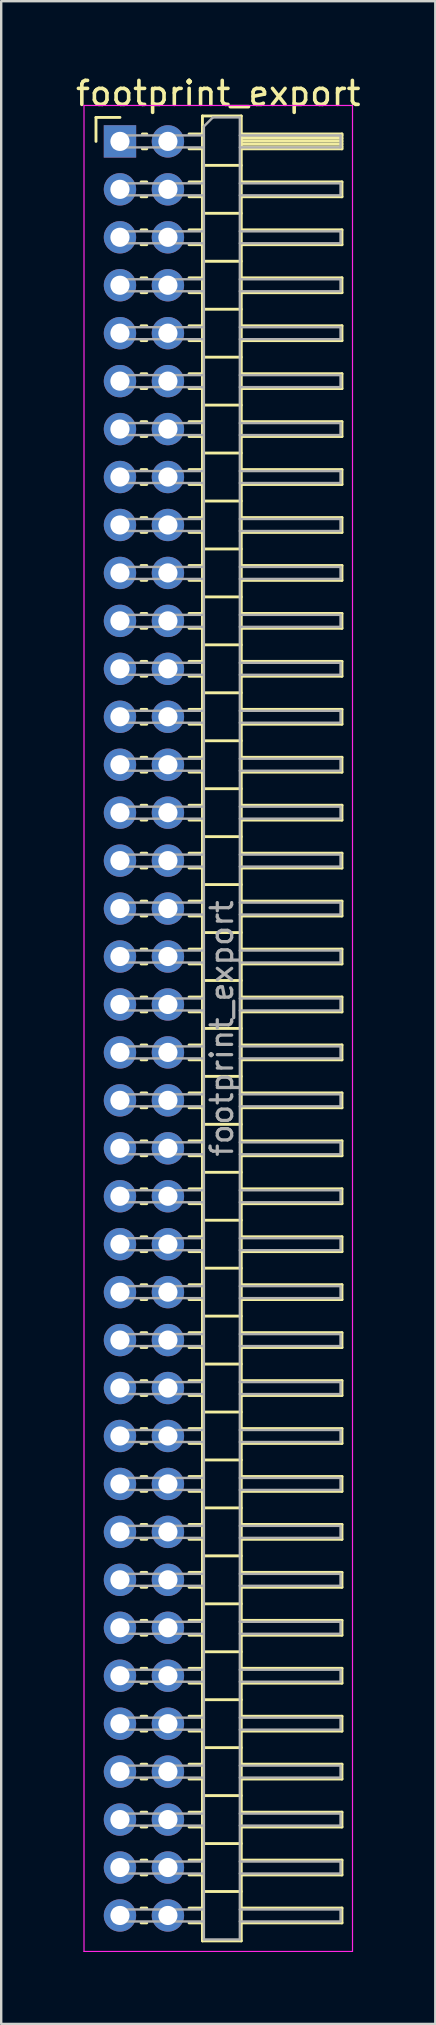
<source format=kicad_pcb>
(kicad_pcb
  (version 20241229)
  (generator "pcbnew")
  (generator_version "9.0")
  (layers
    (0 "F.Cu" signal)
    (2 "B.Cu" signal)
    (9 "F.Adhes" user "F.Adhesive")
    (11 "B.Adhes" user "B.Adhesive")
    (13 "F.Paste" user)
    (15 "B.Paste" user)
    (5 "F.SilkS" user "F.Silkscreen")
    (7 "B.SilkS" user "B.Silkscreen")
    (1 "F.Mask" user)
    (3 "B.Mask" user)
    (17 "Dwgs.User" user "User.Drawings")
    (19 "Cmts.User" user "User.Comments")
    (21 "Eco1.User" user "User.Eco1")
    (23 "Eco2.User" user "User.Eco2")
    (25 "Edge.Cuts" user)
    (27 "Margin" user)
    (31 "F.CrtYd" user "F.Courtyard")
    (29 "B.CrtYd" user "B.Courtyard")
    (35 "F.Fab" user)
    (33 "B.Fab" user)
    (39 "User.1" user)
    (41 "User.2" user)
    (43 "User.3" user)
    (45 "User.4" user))
  (footprint "footprint_export"
    (layer "F.Cu")
    (at 1.954 2.848)
    (property "Reference" "footprint_export" (at 4.1 -2 0) (layer "F.SilkS") (effects (font (size 1 1) (thickness 0.15))))
    (attr through_hole)
    (fp_line (start -1 -1) (end 0 -1) (stroke (width 0.12) (type solid)) (layer "F.SilkS"))
    (fp_line (start -1 0) (end -1 -1) (stroke (width 0.12) (type solid)) (layer "F.SilkS"))
    (fp_line (start 0.882 1.69) (end 1.118 1.69) (stroke (width 0.12) (type solid)) (layer "F.SilkS"))
    (fp_line (start 0.882 2.31) (end 1.118 2.31) (stroke (width 0.12) (type solid)) (layer "F.SilkS"))
    (fp_line (start 0.882 3.69) (end 1.118 3.69) (stroke (width 0.12) (type solid)) (layer "F.SilkS"))
    (fp_line (start 0.882 4.31) (end 1.118 4.31) (stroke (width 0.12) (type solid)) (layer "F.SilkS"))
    (fp_line (start 0.882 5.69) (end 1.118 5.69) (stroke (width 0.12) (type solid)) (layer "F.SilkS"))
    (fp_line (start 0.882 6.31) (end 1.118 6.31) (stroke (width 0.12) (type solid)) (layer "F.SilkS"))
    (fp_line (start 0.882 7.69) (end 1.118 7.69) (stroke (width 0.12) (type solid)) (layer "F.SilkS"))
    (fp_line (start 0.882 8.31) (end 1.118 8.31) (stroke (width 0.12) (type solid)) (layer "F.SilkS"))
    (fp_line (start 0.882 9.69) (end 1.118 9.69) (stroke (width 0.12) (type solid)) (layer "F.SilkS"))
    (fp_line (start 0.882 10.31) (end 1.118 10.31) (stroke (width 0.12) (type solid)) (layer "F.SilkS"))
    (fp_line (start 0.882 11.69) (end 1.118 11.69) (stroke (width 0.12) (type solid)) (layer "F.SilkS"))
    (fp_line (start 0.882 12.31) (end 1.118 12.31) (stroke (width 0.12) (type solid)) (layer "F.SilkS"))
    (fp_line (start 0.882 13.69) (end 1.118 13.69) (stroke (width 0.12) (type solid)) (layer "F.SilkS"))
    (fp_line (start 0.882 14.31) (end 1.118 14.31) (stroke (width 0.12) (type solid)) (layer "F.SilkS"))
    (fp_line (start 0.882 15.69) (end 1.118 15.69) (stroke (width 0.12) (type solid)) (layer "F.SilkS"))
    (fp_line (start 0.882 16.31) (end 1.118 16.31) (stroke (width 0.12) (type solid)) (layer "F.SilkS"))
    (fp_line (start 0.882 17.69) (end 1.118 17.69) (stroke (width 0.12) (type solid)) (layer "F.SilkS"))
    (fp_line (start 0.882 18.31) (end 1.118 18.31) (stroke (width 0.12) (type solid)) (layer "F.SilkS"))
    (fp_line (start 0.882 19.69) (end 1.118 19.69) (stroke (width 0.12) (type solid)) (layer "F.SilkS"))
    (fp_line (start 0.882 20.31) (end 1.118 20.31) (stroke (width 0.12) (type solid)) (layer "F.SilkS"))
    (fp_line (start 0.882 21.69) (end 1.118 21.69) (stroke (width 0.12) (type solid)) (layer "F.SilkS"))
    (fp_line (start 0.882 22.31) (end 1.118 22.31) (stroke (width 0.12) (type solid)) (layer "F.SilkS"))
    (fp_line (start 0.882 23.69) (end 1.118 23.69) (stroke (width 0.12) (type solid)) (layer "F.SilkS"))
    (fp_line (start 0.882 24.31) (end 1.118 24.31) (stroke (width 0.12) (type solid)) (layer "F.SilkS"))
    (fp_line (start 0.882 25.69) (end 1.118 25.69) (stroke (width 0.12) (type solid)) (layer "F.SilkS"))
    (fp_line (start 0.882 26.31) (end 1.118 26.31) (stroke (width 0.12) (type solid)) (layer "F.SilkS"))
    (fp_line (start 0.882 27.69) (end 1.118 27.69) (stroke (width 0.12) (type solid)) (layer "F.SilkS"))
    (fp_line (start 0.882 28.31) (end 1.118 28.31) (stroke (width 0.12) (type solid)) (layer "F.SilkS"))
    (fp_line (start 0.882 29.69) (end 1.118 29.69) (stroke (width 0.12) (type solid)) (layer "F.SilkS"))
    (fp_line (start 0.882 30.31) (end 1.118 30.31) (stroke (width 0.12) (type solid)) (layer "F.SilkS"))
    (fp_line (start 0.882 31.69) (end 1.118 31.69) (stroke (width 0.12) (type solid)) (layer "F.SilkS"))
    (fp_line (start 0.882 32.31) (end 1.118 32.31) (stroke (width 0.12) (type solid)) (layer "F.SilkS"))
    (fp_line (start 0.882 33.69) (end 1.118 33.69) (stroke (width 0.12) (type solid)) (layer "F.SilkS"))
    (fp_line (start 0.882 34.31) (end 1.118 34.31) (stroke (width 0.12) (type solid)) (layer "F.SilkS"))
    (fp_line (start 0.882 35.69) (end 1.118 35.69) (stroke (width 0.12) (type solid)) (layer "F.SilkS"))
    (fp_line (start 0.882 36.31) (end 1.118 36.31) (stroke (width 0.12) (type solid)) (layer "F.SilkS"))
    (fp_line (start 0.882 37.69) (end 1.118 37.69) (stroke (width 0.12) (type solid)) (layer "F.SilkS"))
    (fp_line (start 0.882 38.31) (end 1.118 38.31) (stroke (width 0.12) (type solid)) (layer "F.SilkS"))
    (fp_line (start 0.882 39.69) (end 1.118 39.69) (stroke (width 0.12) (type solid)) (layer "F.SilkS"))
    (fp_line (start 0.882 40.31) (end 1.118 40.31) (stroke (width 0.12) (type solid)) (layer "F.SilkS"))
    (fp_line (start 0.882 41.69) (end 1.118 41.69) (stroke (width 0.12) (type solid)) (layer "F.SilkS"))
    (fp_line (start 0.882 42.31) (end 1.118 42.31) (stroke (width 0.12) (type solid)) (layer "F.SilkS"))
    (fp_line (start 0.882 43.69) (end 1.118 43.69) (stroke (width 0.12) (type solid)) (layer "F.SilkS"))
    (fp_line (start 0.882 44.31) (end 1.118 44.31) (stroke (width 0.12) (type solid)) (layer "F.SilkS"))
    (fp_line (start 0.882 45.69) (end 1.118 45.69) (stroke (width 0.12) (type solid)) (layer "F.SilkS"))
    (fp_line (start 0.882 46.31) (end 1.118 46.31) (stroke (width 0.12) (type solid)) (layer "F.SilkS"))
    (fp_line (start 0.882 47.69) (end 1.118 47.69) (stroke (width 0.12) (type solid)) (layer "F.SilkS"))
    (fp_line (start 0.882 48.31) (end 1.118 48.31) (stroke (width 0.12) (type solid)) (layer "F.SilkS"))
    (fp_line (start 0.882 49.69) (end 1.118 49.69) (stroke (width 0.12) (type solid)) (layer "F.SilkS"))
    (fp_line (start 0.882 50.31) (end 1.118 50.31) (stroke (width 0.12) (type solid)) (layer "F.SilkS"))
    (fp_line (start 0.882 51.69) (end 1.118 51.69) (stroke (width 0.12) (type solid)) (layer "F.SilkS"))
    (fp_line (start 0.882 52.31) (end 1.118 52.31) (stroke (width 0.12) (type solid)) (layer "F.SilkS"))
    (fp_line (start 0.882 53.69) (end 1.118 53.69) (stroke (width 0.12) (type solid)) (layer "F.SilkS"))
    (fp_line (start 0.882 54.31) (end 1.118 54.31) (stroke (width 0.12) (type solid)) (layer "F.SilkS"))
    (fp_line (start 0.882 55.69) (end 1.118 55.69) (stroke (width 0.12) (type solid)) (layer "F.SilkS"))
    (fp_line (start 0.882 56.31) (end 1.118 56.31) (stroke (width 0.12) (type solid)) (layer "F.SilkS"))
    (fp_line (start 0.882 57.69) (end 1.118 57.69) (stroke (width 0.12) (type solid)) (layer "F.SilkS"))
    (fp_line (start 0.882 58.31) (end 1.118 58.31) (stroke (width 0.12) (type solid)) (layer "F.SilkS"))
    (fp_line (start 0.882 59.69) (end 1.118 59.69) (stroke (width 0.12) (type solid)) (layer "F.SilkS"))
    (fp_line (start 0.882 60.31) (end 1.118 60.31) (stroke (width 0.12) (type solid)) (layer "F.SilkS"))
    (fp_line (start 0.882 61.69) (end 1.118 61.69) (stroke (width 0.12) (type solid)) (layer "F.SilkS"))
    (fp_line (start 0.882 62.31) (end 1.118 62.31) (stroke (width 0.12) (type solid)) (layer "F.SilkS"))
    (fp_line (start 0.882 63.69) (end 1.118 63.69) (stroke (width 0.12) (type solid)) (layer "F.SilkS"))
    (fp_line (start 0.882 64.31) (end 1.118 64.31) (stroke (width 0.12) (type solid)) (layer "F.SilkS"))
    (fp_line (start 0.882 65.69) (end 1.118 65.69) (stroke (width 0.12) (type solid)) (layer "F.SilkS"))
    (fp_line (start 0.882 66.31) (end 1.118 66.31) (stroke (width 0.12) (type solid)) (layer "F.SilkS"))
    (fp_line (start 0.882 67.69) (end 1.118 67.69) (stroke (width 0.12) (type solid)) (layer "F.SilkS"))
    (fp_line (start 0.882 68.31) (end 1.118 68.31) (stroke (width 0.12) (type solid)) (layer "F.SilkS"))
    (fp_line (start 0.882 69.69) (end 1.118 69.69) (stroke (width 0.12) (type solid)) (layer "F.SilkS"))
    (fp_line (start 0.882 70.31) (end 1.118 70.31) (stroke (width 0.12) (type solid)) (layer "F.SilkS"))
    (fp_line (start 0.882 71.69) (end 1.118 71.69) (stroke (width 0.12) (type solid)) (layer "F.SilkS"))
    (fp_line (start 0.882 72.31) (end 1.118 72.31) (stroke (width 0.12) (type solid)) (layer "F.SilkS"))
    (fp_line (start 0.882 73.69) (end 1.118 73.69) (stroke (width 0.12) (type solid)) (layer "F.SilkS"))
    (fp_line (start 0.882 74.31) (end 1.118 74.31) (stroke (width 0.12) (type solid)) (layer "F.SilkS"))
    (fp_line (start 0.935 -0.31) (end 1.118 -0.31) (stroke (width 0.12) (type solid)) (layer "F.SilkS"))
    (fp_line (start 0.935 0.31) (end 1.118 0.31) (stroke (width 0.12) (type solid)) (layer "F.SilkS"))
    (fp_line (start 2.882 -0.31) (end 3.44 -0.31) (stroke (width 0.12) (type solid)) (layer "F.SilkS"))
    (fp_line (start 2.882 0.31) (end 3.44 0.31) (stroke (width 0.12) (type solid)) (layer "F.SilkS"))
    (fp_line (start 2.882 1.69) (end 3.44 1.69) (stroke (width 0.12) (type solid)) (layer "F.SilkS"))
    (fp_line (start 2.882 2.31) (end 3.44 2.31) (stroke (width 0.12) (type solid)) (layer "F.SilkS"))
    (fp_line (start 2.882 3.69) (end 3.44 3.69) (stroke (width 0.12) (type solid)) (layer "F.SilkS"))
    (fp_line (start 2.882 4.31) (end 3.44 4.31) (stroke (width 0.12) (type solid)) (layer "F.SilkS"))
    (fp_line (start 2.882 5.69) (end 3.44 5.69) (stroke (width 0.12) (type solid)) (layer "F.SilkS"))
    (fp_line (start 2.882 6.31) (end 3.44 6.31) (stroke (width 0.12) (type solid)) (layer "F.SilkS"))
    (fp_line (start 2.882 7.69) (end 3.44 7.69) (stroke (width 0.12) (type solid)) (layer "F.SilkS"))
    (fp_line (start 2.882 8.31) (end 3.44 8.31) (stroke (width 0.12) (type solid)) (layer "F.SilkS"))
    (fp_line (start 2.882 9.69) (end 3.44 9.69) (stroke (width 0.12) (type solid)) (layer "F.SilkS"))
    (fp_line (start 2.882 10.31) (end 3.44 10.31) (stroke (width 0.12) (type solid)) (layer "F.SilkS"))
    (fp_line (start 2.882 11.69) (end 3.44 11.69) (stroke (width 0.12) (type solid)) (layer "F.SilkS"))
    (fp_line (start 2.882 12.31) (end 3.44 12.31) (stroke (width 0.12) (type solid)) (layer "F.SilkS"))
    (fp_line (start 2.882 13.69) (end 3.44 13.69) (stroke (width 0.12) (type solid)) (layer "F.SilkS"))
    (fp_line (start 2.882 14.31) (end 3.44 14.31) (stroke (width 0.12) (type solid)) (layer "F.SilkS"))
    (fp_line (start 2.882 15.69) (end 3.44 15.69) (stroke (width 0.12) (type solid)) (layer "F.SilkS"))
    (fp_line (start 2.882 16.31) (end 3.44 16.31) (stroke (width 0.12) (type solid)) (layer "F.SilkS"))
    (fp_line (start 2.882 17.69) (end 3.44 17.69) (stroke (width 0.12) (type solid)) (layer "F.SilkS"))
    (fp_line (start 2.882 18.31) (end 3.44 18.31) (stroke (width 0.12) (type solid)) (layer "F.SilkS"))
    (fp_line (start 2.882 19.69) (end 3.44 19.69) (stroke (width 0.12) (type solid)) (layer "F.SilkS"))
    (fp_line (start 2.882 20.31) (end 3.44 20.31) (stroke (width 0.12) (type solid)) (layer "F.SilkS"))
    (fp_line (start 2.882 21.69) (end 3.44 21.69) (stroke (width 0.12) (type solid)) (layer "F.SilkS"))
    (fp_line (start 2.882 22.31) (end 3.44 22.31) (stroke (width 0.12) (type solid)) (layer "F.SilkS"))
    (fp_line (start 2.882 23.69) (end 3.44 23.69) (stroke (width 0.12) (type solid)) (layer "F.SilkS"))
    (fp_line (start 2.882 24.31) (end 3.44 24.31) (stroke (width 0.12) (type solid)) (layer "F.SilkS"))
    (fp_line (start 2.882 25.69) (end 3.44 25.69) (stroke (width 0.12) (type solid)) (layer "F.SilkS"))
    (fp_line (start 2.882 26.31) (end 3.44 26.31) (stroke (width 0.12) (type solid)) (layer "F.SilkS"))
    (fp_line (start 2.882 27.69) (end 3.44 27.69) (stroke (width 0.12) (type solid)) (layer "F.SilkS"))
    (fp_line (start 2.882 28.31) (end 3.44 28.31) (stroke (width 0.12) (type solid)) (layer "F.SilkS"))
    (fp_line (start 2.882 29.69) (end 3.44 29.69) (stroke (width 0.12) (type solid)) (layer "F.SilkS"))
    (fp_line (start 2.882 30.31) (end 3.44 30.31) (stroke (width 0.12) (type solid)) (layer "F.SilkS"))
    (fp_line (start 2.882 31.69) (end 3.44 31.69) (stroke (width 0.12) (type solid)) (layer "F.SilkS"))
    (fp_line (start 2.882 32.31) (end 3.44 32.31) (stroke (width 0.12) (type solid)) (layer "F.SilkS"))
    (fp_line (start 2.882 33.69) (end 3.44 33.69) (stroke (width 0.12) (type solid)) (layer "F.SilkS"))
    (fp_line (start 2.882 34.31) (end 3.44 34.31) (stroke (width 0.12) (type solid)) (layer "F.SilkS"))
    (fp_line (start 2.882 35.69) (end 3.44 35.69) (stroke (width 0.12) (type solid)) (layer "F.SilkS"))
    (fp_line (start 2.882 36.31) (end 3.44 36.31) (stroke (width 0.12) (type solid)) (layer "F.SilkS"))
    (fp_line (start 2.882 37.69) (end 3.44 37.69) (stroke (width 0.12) (type solid)) (layer "F.SilkS"))
    (fp_line (start 2.882 38.31) (end 3.44 38.31) (stroke (width 0.12) (type solid)) (layer "F.SilkS"))
    (fp_line (start 2.882 39.69) (end 3.44 39.69) (stroke (width 0.12) (type solid)) (layer "F.SilkS"))
    (fp_line (start 2.882 40.31) (end 3.44 40.31) (stroke (width 0.12) (type solid)) (layer "F.SilkS"))
    (fp_line (start 2.882 41.69) (end 3.44 41.69) (stroke (width 0.12) (type solid)) (layer "F.SilkS"))
    (fp_line (start 2.882 42.31) (end 3.44 42.31) (stroke (width 0.12) (type solid)) (layer "F.SilkS"))
    (fp_line (start 2.882 43.69) (end 3.44 43.69) (stroke (width 0.12) (type solid)) (layer "F.SilkS"))
    (fp_line (start 2.882 44.31) (end 3.44 44.31) (stroke (width 0.12) (type solid)) (layer "F.SilkS"))
    (fp_line (start 2.882 45.69) (end 3.44 45.69) (stroke (width 0.12) (type solid)) (layer "F.SilkS"))
    (fp_line (start 2.882 46.31) (end 3.44 46.31) (stroke (width 0.12) (type solid)) (layer "F.SilkS"))
    (fp_line (start 2.882 47.69) (end 3.44 47.69) (stroke (width 0.12) (type solid)) (layer "F.SilkS"))
    (fp_line (start 2.882 48.31) (end 3.44 48.31) (stroke (width 0.12) (type solid)) (layer "F.SilkS"))
    (fp_line (start 2.882 49.69) (end 3.44 49.69) (stroke (width 0.12) (type solid)) (layer "F.SilkS"))
    (fp_line (start 2.882 50.31) (end 3.44 50.31) (stroke (width 0.12) (type solid)) (layer "F.SilkS"))
    (fp_line (start 2.882 51.69) (end 3.44 51.69) (stroke (width 0.12) (type solid)) (layer "F.SilkS"))
    (fp_line (start 2.882 52.31) (end 3.44 52.31) (stroke (width 0.12) (type solid)) (layer "F.SilkS"))
    (fp_line (start 2.882 53.69) (end 3.44 53.69) (stroke (width 0.12) (type solid)) (layer "F.SilkS"))
    (fp_line (start 2.882 54.31) (end 3.44 54.31) (stroke (width 0.12) (type solid)) (layer "F.SilkS"))
    (fp_line (start 2.882 55.69) (end 3.44 55.69) (stroke (width 0.12) (type solid)) (layer "F.SilkS"))
    (fp_line (start 2.882 56.31) (end 3.44 56.31) (stroke (width 0.12) (type solid)) (layer "F.SilkS"))
    (fp_line (start 2.882 57.69) (end 3.44 57.69) (stroke (width 0.12) (type solid)) (layer "F.SilkS"))
    (fp_line (start 2.882 58.31) (end 3.44 58.31) (stroke (width 0.12) (type solid)) (layer "F.SilkS"))
    (fp_line (start 2.882 59.69) (end 3.44 59.69) (stroke (width 0.12) (type solid)) (layer "F.SilkS"))
    (fp_line (start 2.882 60.31) (end 3.44 60.31) (stroke (width 0.12) (type solid)) (layer "F.SilkS"))
    (fp_line (start 2.882 61.69) (end 3.44 61.69) (stroke (width 0.12) (type solid)) (layer "F.SilkS"))
    (fp_line (start 2.882 62.31) (end 3.44 62.31) (stroke (width 0.12) (type solid)) (layer "F.SilkS"))
    (fp_line (start 2.882 63.69) (end 3.44 63.69) (stroke (width 0.12) (type solid)) (layer "F.SilkS"))
    (fp_line (start 2.882 64.31) (end 3.44 64.31) (stroke (width 0.12) (type solid)) (layer "F.SilkS"))
    (fp_line (start 2.882 65.69) (end 3.44 65.69) (stroke (width 0.12) (type solid)) (layer "F.SilkS"))
    (fp_line (start 2.882 66.31) (end 3.44 66.31) (stroke (width 0.12) (type solid)) (layer "F.SilkS"))
    (fp_line (start 2.882 67.69) (end 3.44 67.69) (stroke (width 0.12) (type solid)) (layer "F.SilkS"))
    (fp_line (start 2.882 68.31) (end 3.44 68.31) (stroke (width 0.12) (type solid)) (layer "F.SilkS"))
    (fp_line (start 2.882 69.69) (end 3.44 69.69) (stroke (width 0.12) (type solid)) (layer "F.SilkS"))
    (fp_line (start 2.882 70.31) (end 3.44 70.31) (stroke (width 0.12) (type solid)) (layer "F.SilkS"))
    (fp_line (start 2.882 71.69) (end 3.44 71.69) (stroke (width 0.12) (type solid)) (layer "F.SilkS"))
    (fp_line (start 2.882 72.31) (end 3.44 72.31) (stroke (width 0.12) (type solid)) (layer "F.SilkS"))
    (fp_line (start 2.882 73.69) (end 3.44 73.69) (stroke (width 0.12) (type solid)) (layer "F.SilkS"))
    (fp_line (start 2.882 74.31) (end 3.44 74.31) (stroke (width 0.12) (type solid)) (layer "F.SilkS"))
    (fp_line (start 3.44 -1.06) (end 3.44 75.06) (stroke (width 0.12) (type solid)) (layer "F.SilkS"))
    (fp_line (start 3.44 1) (end 5.06 1) (stroke (width 0.12) (type solid)) (layer "F.SilkS"))
    (fp_line (start 3.44 3) (end 5.06 3) (stroke (width 0.12) (type solid)) (layer "F.SilkS"))
    (fp_line (start 3.44 5) (end 5.06 5) (stroke (width 0.12) (type solid)) (layer "F.SilkS"))
    (fp_line (start 3.44 7) (end 5.06 7) (stroke (width 0.12) (type solid)) (layer "F.SilkS"))
    (fp_line (start 3.44 9) (end 5.06 9) (stroke (width 0.12) (type solid)) (layer "F.SilkS"))
    (fp_line (start 3.44 11) (end 5.06 11) (stroke (width 0.12) (type solid)) (layer "F.SilkS"))
    (fp_line (start 3.44 13) (end 5.06 13) (stroke (width 0.12) (type solid)) (layer "F.SilkS"))
    (fp_line (start 3.44 15) (end 5.06 15) (stroke (width 0.12) (type solid)) (layer "F.SilkS"))
    (fp_line (start 3.44 17) (end 5.06 17) (stroke (width 0.12) (type solid)) (layer "F.SilkS"))
    (fp_line (start 3.44 19) (end 5.06 19) (stroke (width 0.12) (type solid)) (layer "F.SilkS"))
    (fp_line (start 3.44 21) (end 5.06 21) (stroke (width 0.12) (type solid)) (layer "F.SilkS"))
    (fp_line (start 3.44 23) (end 5.06 23) (stroke (width 0.12) (type solid)) (layer "F.SilkS"))
    (fp_line (start 3.44 25) (end 5.06 25) (stroke (width 0.12) (type solid)) (layer "F.SilkS"))
    (fp_line (start 3.44 27) (end 5.06 27) (stroke (width 0.12) (type solid)) (layer "F.SilkS"))
    (fp_line (start 3.44 29) (end 5.06 29) (stroke (width 0.12) (type solid)) (layer "F.SilkS"))
    (fp_line (start 3.44 31) (end 5.06 31) (stroke (width 0.12) (type solid)) (layer "F.SilkS"))
    (fp_line (start 3.44 33) (end 5.06 33) (stroke (width 0.12) (type solid)) (layer "F.SilkS"))
    (fp_line (start 3.44 35) (end 5.06 35) (stroke (width 0.12) (type solid)) (layer "F.SilkS"))
    (fp_line (start 3.44 37) (end 5.06 37) (stroke (width 0.12) (type solid)) (layer "F.SilkS"))
    (fp_line (start 3.44 39) (end 5.06 39) (stroke (width 0.12) (type solid)) (layer "F.SilkS"))
    (fp_line (start 3.44 41) (end 5.06 41) (stroke (width 0.12) (type solid)) (layer "F.SilkS"))
    (fp_line (start 3.44 43) (end 5.06 43) (stroke (width 0.12) (type solid)) (layer "F.SilkS"))
    (fp_line (start 3.44 45) (end 5.06 45) (stroke (width 0.12) (type solid)) (layer "F.SilkS"))
    (fp_line (start 3.44 47) (end 5.06 47) (stroke (width 0.12) (type solid)) (layer "F.SilkS"))
    (fp_line (start 3.44 49) (end 5.06 49) (stroke (width 0.12) (type solid)) (layer "F.SilkS"))
    (fp_line (start 3.44 51) (end 5.06 51) (stroke (width 0.12) (type solid)) (layer "F.SilkS"))
    (fp_line (start 3.44 53) (end 5.06 53) (stroke (width 0.12) (type solid)) (layer "F.SilkS"))
    (fp_line (start 3.44 55) (end 5.06 55) (stroke (width 0.12) (type solid)) (layer "F.SilkS"))
    (fp_line (start 3.44 57) (end 5.06 57) (stroke (width 0.12) (type solid)) (layer "F.SilkS"))
    (fp_line (start 3.44 59) (end 5.06 59) (stroke (width 0.12) (type solid)) (layer "F.SilkS"))
    (fp_line (start 3.44 61) (end 5.06 61) (stroke (width 0.12) (type solid)) (layer "F.SilkS"))
    (fp_line (start 3.44 63) (end 5.06 63) (stroke (width 0.12) (type solid)) (layer "F.SilkS"))
    (fp_line (start 3.44 65) (end 5.06 65) (stroke (width 0.12) (type solid)) (layer "F.SilkS"))
    (fp_line (start 3.44 67) (end 5.06 67) (stroke (width 0.12) (type solid)) (layer "F.SilkS"))
    (fp_line (start 3.44 69) (end 5.06 69) (stroke (width 0.12) (type solid)) (layer "F.SilkS"))
    (fp_line (start 3.44 71) (end 5.06 71) (stroke (width 0.12) (type solid)) (layer "F.SilkS"))
    (fp_line (start 3.44 73) (end 5.06 73) (stroke (width 0.12) (type solid)) (layer "F.SilkS"))
    (fp_line (start 3.44 75.06) (end 5.06 75.06) (stroke (width 0.12) (type solid)) (layer "F.SilkS"))
    (fp_line (start 5.06 -1.06) (end 3.44 -1.06) (stroke (width 0.12) (type solid)) (layer "F.SilkS"))
    (fp_line (start 5.06 -0.31) (end 9.26 -0.31) (stroke (width 0.12) (type solid)) (layer "F.SilkS"))
    (fp_line (start 5.06 -0.25) (end 9.26 -0.25) (stroke (width 0.12) (type solid)) (layer "F.SilkS"))
    (fp_line (start 5.06 -0.13) (end 9.26 -0.13) (stroke (width 0.12) (type solid)) (layer "F.SilkS"))
    (fp_line (start 5.06 -0.01) (end 9.26 -0.01) (stroke (width 0.12) (type solid)) (layer "F.SilkS"))
    (fp_line (start 5.06 0.11) (end 9.26 0.11) (stroke (width 0.12) (type solid)) (layer "F.SilkS"))
    (fp_line (start 5.06 0.23) (end 9.26 0.23) (stroke (width 0.12) (type solid)) (layer "F.SilkS"))
    (fp_line (start 5.06 1.69) (end 9.26 1.69) (stroke (width 0.12) (type solid)) (layer "F.SilkS"))
    (fp_line (start 5.06 3.69) (end 9.26 3.69) (stroke (width 0.12) (type solid)) (layer "F.SilkS"))
    (fp_line (start 5.06 5.69) (end 9.26 5.69) (stroke (width 0.12) (type solid)) (layer "F.SilkS"))
    (fp_line (start 5.06 7.69) (end 9.26 7.69) (stroke (width 0.12) (type solid)) (layer "F.SilkS"))
    (fp_line (start 5.06 9.69) (end 9.26 9.69) (stroke (width 0.12) (type solid)) (layer "F.SilkS"))
    (fp_line (start 5.06 11.69) (end 9.26 11.69) (stroke (width 0.12) (type solid)) (layer "F.SilkS"))
    (fp_line (start 5.06 13.69) (end 9.26 13.69) (stroke (width 0.12) (type solid)) (layer "F.SilkS"))
    (fp_line (start 5.06 15.69) (end 9.26 15.69) (stroke (width 0.12) (type solid)) (layer "F.SilkS"))
    (fp_line (start 5.06 17.69) (end 9.26 17.69) (stroke (width 0.12) (type solid)) (layer "F.SilkS"))
    (fp_line (start 5.06 19.69) (end 9.26 19.69) (stroke (width 0.12) (type solid)) (layer "F.SilkS"))
    (fp_line (start 5.06 21.69) (end 9.26 21.69) (stroke (width 0.12) (type solid)) (layer "F.SilkS"))
    (fp_line (start 5.06 23.69) (end 9.26 23.69) (stroke (width 0.12) (type solid)) (layer "F.SilkS"))
    (fp_line (start 5.06 25.69) (end 9.26 25.69) (stroke (width 0.12) (type solid)) (layer "F.SilkS"))
    (fp_line (start 5.06 27.69) (end 9.26 27.69) (stroke (width 0.12) (type solid)) (layer "F.SilkS"))
    (fp_line (start 5.06 29.69) (end 9.26 29.69) (stroke (width 0.12) (type solid)) (layer "F.SilkS"))
    (fp_line (start 5.06 31.69) (end 9.26 31.69) (stroke (width 0.12) (type solid)) (layer "F.SilkS"))
    (fp_line (start 5.06 33.69) (end 9.26 33.69) (stroke (width 0.12) (type solid)) (layer "F.SilkS"))
    (fp_line (start 5.06 35.69) (end 9.26 35.69) (stroke (width 0.12) (type solid)) (layer "F.SilkS"))
    (fp_line (start 5.06 37.69) (end 9.26 37.69) (stroke (width 0.12) (type solid)) (layer "F.SilkS"))
    (fp_line (start 5.06 39.69) (end 9.26 39.69) (stroke (width 0.12) (type solid)) (layer "F.SilkS"))
    (fp_line (start 5.06 41.69) (end 9.26 41.69) (stroke (width 0.12) (type solid)) (layer "F.SilkS"))
    (fp_line (start 5.06 43.69) (end 9.26 43.69) (stroke (width 0.12) (type solid)) (layer "F.SilkS"))
    (fp_line (start 5.06 45.69) (end 9.26 45.69) (stroke (width 0.12) (type solid)) (layer "F.SilkS"))
    (fp_line (start 5.06 47.69) (end 9.26 47.69) (stroke (width 0.12) (type solid)) (layer "F.SilkS"))
    (fp_line (start 5.06 49.69) (end 9.26 49.69) (stroke (width 0.12) (type solid)) (layer "F.SilkS"))
    (fp_line (start 5.06 51.69) (end 9.26 51.69) (stroke (width 0.12) (type solid)) (layer "F.SilkS"))
    (fp_line (start 5.06 53.69) (end 9.26 53.69) (stroke (width 0.12) (type solid)) (layer "F.SilkS"))
    (fp_line (start 5.06 55.69) (end 9.26 55.69) (stroke (width 0.12) (type solid)) (layer "F.SilkS"))
    (fp_line (start 5.06 57.69) (end 9.26 57.69) (stroke (width 0.12) (type solid)) (layer "F.SilkS"))
    (fp_line (start 5.06 59.69) (end 9.26 59.69) (stroke (width 0.12) (type solid)) (layer "F.SilkS"))
    (fp_line (start 5.06 61.69) (end 9.26 61.69) (stroke (width 0.12) (type solid)) (layer "F.SilkS"))
    (fp_line (start 5.06 63.69) (end 9.26 63.69) (stroke (width 0.12) (type solid)) (layer "F.SilkS"))
    (fp_line (start 5.06 65.69) (end 9.26 65.69) (stroke (width 0.12) (type solid)) (layer "F.SilkS"))
    (fp_line (start 5.06 67.69) (end 9.26 67.69) (stroke (width 0.12) (type solid)) (layer "F.SilkS"))
    (fp_line (start 5.06 69.69) (end 9.26 69.69) (stroke (width 0.12) (type solid)) (layer "F.SilkS"))
    (fp_line (start 5.06 71.69) (end 9.26 71.69) (stroke (width 0.12) (type solid)) (layer "F.SilkS"))
    (fp_line (start 5.06 73.69) (end 9.26 73.69) (stroke (width 0.12) (type solid)) (layer "F.SilkS"))
    (fp_line (start 5.06 75.06) (end 5.06 -1.06) (stroke (width 0.12) (type solid)) (layer "F.SilkS"))
    (fp_line (start 9.26 -0.31) (end 9.26 0.31) (stroke (width 0.12) (type solid)) (layer "F.SilkS"))
    (fp_line (start 9.26 0.31) (end 5.06 0.31) (stroke (width 0.12) (type solid)) (layer "F.SilkS"))
    (fp_line (start 9.26 1.69) (end 9.26 2.31) (stroke (width 0.12) (type solid)) (layer "F.SilkS"))
    (fp_line (start 9.26 2.31) (end 5.06 2.31) (stroke (width 0.12) (type solid)) (layer "F.SilkS"))
    (fp_line (start 9.26 3.69) (end 9.26 4.31) (stroke (width 0.12) (type solid)) (layer "F.SilkS"))
    (fp_line (start 9.26 4.31) (end 5.06 4.31) (stroke (width 0.12) (type solid)) (layer "F.SilkS"))
    (fp_line (start 9.26 5.69) (end 9.26 6.31) (stroke (width 0.12) (type solid)) (layer "F.SilkS"))
    (fp_line (start 9.26 6.31) (end 5.06 6.31) (stroke (width 0.12) (type solid)) (layer "F.SilkS"))
    (fp_line (start 9.26 7.69) (end 9.26 8.31) (stroke (width 0.12) (type solid)) (layer "F.SilkS"))
    (fp_line (start 9.26 8.31) (end 5.06 8.31) (stroke (width 0.12) (type solid)) (layer "F.SilkS"))
    (fp_line (start 9.26 9.69) (end 9.26 10.31) (stroke (width 0.12) (type solid)) (layer "F.SilkS"))
    (fp_line (start 9.26 10.31) (end 5.06 10.31) (stroke (width 0.12) (type solid)) (layer "F.SilkS"))
    (fp_line (start 9.26 11.69) (end 9.26 12.31) (stroke (width 0.12) (type solid)) (layer "F.SilkS"))
    (fp_line (start 9.26 12.31) (end 5.06 12.31) (stroke (width 0.12) (type solid)) (layer "F.SilkS"))
    (fp_line (start 9.26 13.69) (end 9.26 14.31) (stroke (width 0.12) (type solid)) (layer "F.SilkS"))
    (fp_line (start 9.26 14.31) (end 5.06 14.31) (stroke (width 0.12) (type solid)) (layer "F.SilkS"))
    (fp_line (start 9.26 15.69) (end 9.26 16.31) (stroke (width 0.12) (type solid)) (layer "F.SilkS"))
    (fp_line (start 9.26 16.31) (end 5.06 16.31) (stroke (width 0.12) (type solid)) (layer "F.SilkS"))
    (fp_line (start 9.26 17.69) (end 9.26 18.31) (stroke (width 0.12) (type solid)) (layer "F.SilkS"))
    (fp_line (start 9.26 18.31) (end 5.06 18.31) (stroke (width 0.12) (type solid)) (layer "F.SilkS"))
    (fp_line (start 9.26 19.69) (end 9.26 20.31) (stroke (width 0.12) (type solid)) (layer "F.SilkS"))
    (fp_line (start 9.26 20.31) (end 5.06 20.31) (stroke (width 0.12) (type solid)) (layer "F.SilkS"))
    (fp_line (start 9.26 21.69) (end 9.26 22.31) (stroke (width 0.12) (type solid)) (layer "F.SilkS"))
    (fp_line (start 9.26 22.31) (end 5.06 22.31) (stroke (width 0.12) (type solid)) (layer "F.SilkS"))
    (fp_line (start 9.26 23.69) (end 9.26 24.31) (stroke (width 0.12) (type solid)) (layer "F.SilkS"))
    (fp_line (start 9.26 24.31) (end 5.06 24.31) (stroke (width 0.12) (type solid)) (layer "F.SilkS"))
    (fp_line (start 9.26 25.69) (end 9.26 26.31) (stroke (width 0.12) (type solid)) (layer "F.SilkS"))
    (fp_line (start 9.26 26.31) (end 5.06 26.31) (stroke (width 0.12) (type solid)) (layer "F.SilkS"))
    (fp_line (start 9.26 27.69) (end 9.26 28.31) (stroke (width 0.12) (type solid)) (layer "F.SilkS"))
    (fp_line (start 9.26 28.31) (end 5.06 28.31) (stroke (width 0.12) (type solid)) (layer "F.SilkS"))
    (fp_line (start 9.26 29.69) (end 9.26 30.31) (stroke (width 0.12) (type solid)) (layer "F.SilkS"))
    (fp_line (start 9.26 30.31) (end 5.06 30.31) (stroke (width 0.12) (type solid)) (layer "F.SilkS"))
    (fp_line (start 9.26 31.69) (end 9.26 32.31) (stroke (width 0.12) (type solid)) (layer "F.SilkS"))
    (fp_line (start 9.26 32.31) (end 5.06 32.31) (stroke (width 0.12) (type solid)) (layer "F.SilkS"))
    (fp_line (start 9.26 33.69) (end 9.26 34.31) (stroke (width 0.12) (type solid)) (layer "F.SilkS"))
    (fp_line (start 9.26 34.31) (end 5.06 34.31) (stroke (width 0.12) (type solid)) (layer "F.SilkS"))
    (fp_line (start 9.26 35.69) (end 9.26 36.31) (stroke (width 0.12) (type solid)) (layer "F.SilkS"))
    (fp_line (start 9.26 36.31) (end 5.06 36.31) (stroke (width 0.12) (type solid)) (layer "F.SilkS"))
    (fp_line (start 9.26 37.69) (end 9.26 38.31) (stroke (width 0.12) (type solid)) (layer "F.SilkS"))
    (fp_line (start 9.26 38.31) (end 5.06 38.31) (stroke (width 0.12) (type solid)) (layer "F.SilkS"))
    (fp_line (start 9.26 39.69) (end 9.26 40.31) (stroke (width 0.12) (type solid)) (layer "F.SilkS"))
    (fp_line (start 9.26 40.31) (end 5.06 40.31) (stroke (width 0.12) (type solid)) (layer "F.SilkS"))
    (fp_line (start 9.26 41.69) (end 9.26 42.31) (stroke (width 0.12) (type solid)) (layer "F.SilkS"))
    (fp_line (start 9.26 42.31) (end 5.06 42.31) (stroke (width 0.12) (type solid)) (layer "F.SilkS"))
    (fp_line (start 9.26 43.69) (end 9.26 44.31) (stroke (width 0.12) (type solid)) (layer "F.SilkS"))
    (fp_line (start 9.26 44.31) (end 5.06 44.31) (stroke (width 0.12) (type solid)) (layer "F.SilkS"))
    (fp_line (start 9.26 45.69) (end 9.26 46.31) (stroke (width 0.12) (type solid)) (layer "F.SilkS"))
    (fp_line (start 9.26 46.31) (end 5.06 46.31) (stroke (width 0.12) (type solid)) (layer "F.SilkS"))
    (fp_line (start 9.26 47.69) (end 9.26 48.31) (stroke (width 0.12) (type solid)) (layer "F.SilkS"))
    (fp_line (start 9.26 48.31) (end 5.06 48.31) (stroke (width 0.12) (type solid)) (layer "F.SilkS"))
    (fp_line (start 9.26 49.69) (end 9.26 50.31) (stroke (width 0.12) (type solid)) (layer "F.SilkS"))
    (fp_line (start 9.26 50.31) (end 5.06 50.31) (stroke (width 0.12) (type solid)) (layer "F.SilkS"))
    (fp_line (start 9.26 51.69) (end 9.26 52.31) (stroke (width 0.12) (type solid)) (layer "F.SilkS"))
    (fp_line (start 9.26 52.31) (end 5.06 52.31) (stroke (width 0.12) (type solid)) (layer "F.SilkS"))
    (fp_line (start 9.26 53.69) (end 9.26 54.31) (stroke (width 0.12) (type solid)) (layer "F.SilkS"))
    (fp_line (start 9.26 54.31) (end 5.06 54.31) (stroke (width 0.12) (type solid)) (layer "F.SilkS"))
    (fp_line (start 9.26 55.69) (end 9.26 56.31) (stroke (width 0.12) (type solid)) (layer "F.SilkS"))
    (fp_line (start 9.26 56.31) (end 5.06 56.31) (stroke (width 0.12) (type solid)) (layer "F.SilkS"))
    (fp_line (start 9.26 57.69) (end 9.26 58.31) (stroke (width 0.12) (type solid)) (layer "F.SilkS"))
    (fp_line (start 9.26 58.31) (end 5.06 58.31) (stroke (width 0.12) (type solid)) (layer "F.SilkS"))
    (fp_line (start 9.26 59.69) (end 9.26 60.31) (stroke (width 0.12) (type solid)) (layer "F.SilkS"))
    (fp_line (start 9.26 60.31) (end 5.06 60.31) (stroke (width 0.12) (type solid)) (layer "F.SilkS"))
    (fp_line (start 9.26 61.69) (end 9.26 62.31) (stroke (width 0.12) (type solid)) (layer "F.SilkS"))
    (fp_line (start 9.26 62.31) (end 5.06 62.31) (stroke (width 0.12) (type solid)) (layer "F.SilkS"))
    (fp_line (start 9.26 63.69) (end 9.26 64.31) (stroke (width 0.12) (type solid)) (layer "F.SilkS"))
    (fp_line (start 9.26 64.31) (end 5.06 64.31) (stroke (width 0.12) (type solid)) (layer "F.SilkS"))
    (fp_line (start 9.26 65.69) (end 9.26 66.31) (stroke (width 0.12) (type solid)) (layer "F.SilkS"))
    (fp_line (start 9.26 66.31) (end 5.06 66.31) (stroke (width 0.12) (type solid)) (layer "F.SilkS"))
    (fp_line (start 9.26 67.69) (end 9.26 68.31) (stroke (width 0.12) (type solid)) (layer "F.SilkS"))
    (fp_line (start 9.26 68.31) (end 5.06 68.31) (stroke (width 0.12) (type solid)) (layer "F.SilkS"))
    (fp_line (start 9.26 69.69) (end 9.26 70.31) (stroke (width 0.12) (type solid)) (layer "F.SilkS"))
    (fp_line (start 9.26 70.31) (end 5.06 70.31) (stroke (width 0.12) (type solid)) (layer "F.SilkS"))
    (fp_line (start 9.26 71.69) (end 9.26 72.31) (stroke (width 0.12) (type solid)) (layer "F.SilkS"))
    (fp_line (start 9.26 72.31) (end 5.06 72.31) (stroke (width 0.12) (type solid)) (layer "F.SilkS"))
    (fp_line (start 9.26 73.69) (end 9.26 74.31) (stroke (width 0.12) (type solid)) (layer "F.SilkS"))
    (fp_line (start 9.26 74.31) (end 5.06 74.31) (stroke (width 0.12) (type solid)) (layer "F.SilkS"))
    (fp_line (start -1.5 -1.5) (end -1.5 75.5) (stroke (width 0.05) (type solid)) (layer "F.CrtYd"))
    (fp_line (start -1.5 75.5) (end 9.7 75.5) (stroke (width 0.05) (type solid)) (layer "F.CrtYd"))
    (fp_line (start 9.7 -1.5) (end -1.5 -1.5) (stroke (width 0.05) (type solid)) (layer "F.CrtYd"))
    (fp_line (start 9.7 75.5) (end 9.7 -1.5) (stroke (width 0.05) (type solid)) (layer "F.CrtYd"))
    (fp_line (start -0.25 -0.25) (end -0.25 0.25) (stroke (width 0.1) (type solid)) (layer "F.Fab"))
    (fp_line (start -0.25 -0.25) (end 3.5 -0.25) (stroke (width 0.1) (type solid)) (layer "F.Fab"))
    (fp_line (start -0.25 0.25) (end 3.5 0.25) (stroke (width 0.1) (type solid)) (layer "F.Fab"))
    (fp_line (start -0.25 1.75) (end -0.25 2.25) (stroke (width 0.1) (type solid)) (layer "F.Fab"))
    (fp_line (start -0.25 1.75) (end 3.5 1.75) (stroke (width 0.1) (type solid)) (layer "F.Fab"))
    (fp_line (start -0.25 2.25) (end 3.5 2.25) (stroke (width 0.1) (type solid)) (layer "F.Fab"))
    (fp_line (start -0.25 3.75) (end -0.25 4.25) (stroke (width 0.1) (type solid)) (layer "F.Fab"))
    (fp_line (start -0.25 3.75) (end 3.5 3.75) (stroke (width 0.1) (type solid)) (layer "F.Fab"))
    (fp_line (start -0.25 4.25) (end 3.5 4.25) (stroke (width 0.1) (type solid)) (layer "F.Fab"))
    (fp_line (start -0.25 5.75) (end -0.25 6.25) (stroke (width 0.1) (type solid)) (layer "F.Fab"))
    (fp_line (start -0.25 5.75) (end 3.5 5.75) (stroke (width 0.1) (type solid)) (layer "F.Fab"))
    (fp_line (start -0.25 6.25) (end 3.5 6.25) (stroke (width 0.1) (type solid)) (layer "F.Fab"))
    (fp_line (start -0.25 7.75) (end -0.25 8.25) (stroke (width 0.1) (type solid)) (layer "F.Fab"))
    (fp_line (start -0.25 7.75) (end 3.5 7.75) (stroke (width 0.1) (type solid)) (layer "F.Fab"))
    (fp_line (start -0.25 8.25) (end 3.5 8.25) (stroke (width 0.1) (type solid)) (layer "F.Fab"))
    (fp_line (start -0.25 9.75) (end -0.25 10.25) (stroke (width 0.1) (type solid)) (layer "F.Fab"))
    (fp_line (start -0.25 9.75) (end 3.5 9.75) (stroke (width 0.1) (type solid)) (layer "F.Fab"))
    (fp_line (start -0.25 10.25) (end 3.5 10.25) (stroke (width 0.1) (type solid)) (layer "F.Fab"))
    (fp_line (start -0.25 11.75) (end -0.25 12.25) (stroke (width 0.1) (type solid)) (layer "F.Fab"))
    (fp_line (start -0.25 11.75) (end 3.5 11.75) (stroke (width 0.1) (type solid)) (layer "F.Fab"))
    (fp_line (start -0.25 12.25) (end 3.5 12.25) (stroke (width 0.1) (type solid)) (layer "F.Fab"))
    (fp_line (start -0.25 13.75) (end -0.25 14.25) (stroke (width 0.1) (type solid)) (layer "F.Fab"))
    (fp_line (start -0.25 13.75) (end 3.5 13.75) (stroke (width 0.1) (type solid)) (layer "F.Fab"))
    (fp_line (start -0.25 14.25) (end 3.5 14.25) (stroke (width 0.1) (type solid)) (layer "F.Fab"))
    (fp_line (start -0.25 15.75) (end -0.25 16.25) (stroke (width 0.1) (type solid)) (layer "F.Fab"))
    (fp_line (start -0.25 15.75) (end 3.5 15.75) (stroke (width 0.1) (type solid)) (layer "F.Fab"))
    (fp_line (start -0.25 16.25) (end 3.5 16.25) (stroke (width 0.1) (type solid)) (layer "F.Fab"))
    (fp_line (start -0.25 17.75) (end -0.25 18.25) (stroke (width 0.1) (type solid)) (layer "F.Fab"))
    (fp_line (start -0.25 17.75) (end 3.5 17.75) (stroke (width 0.1) (type solid)) (layer "F.Fab"))
    (fp_line (start -0.25 18.25) (end 3.5 18.25) (stroke (width 0.1) (type solid)) (layer "F.Fab"))
    (fp_line (start -0.25 19.75) (end -0.25 20.25) (stroke (width 0.1) (type solid)) (layer "F.Fab"))
    (fp_line (start -0.25 19.75) (end 3.5 19.75) (stroke (width 0.1) (type solid)) (layer "F.Fab"))
    (fp_line (start -0.25 20.25) (end 3.5 20.25) (stroke (width 0.1) (type solid)) (layer "F.Fab"))
    (fp_line (start -0.25 21.75) (end -0.25 22.25) (stroke (width 0.1) (type solid)) (layer "F.Fab"))
    (fp_line (start -0.25 21.75) (end 3.5 21.75) (stroke (width 0.1) (type solid)) (layer "F.Fab"))
    (fp_line (start -0.25 22.25) (end 3.5 22.25) (stroke (width 0.1) (type solid)) (layer "F.Fab"))
    (fp_line (start -0.25 23.75) (end -0.25 24.25) (stroke (width 0.1) (type solid)) (layer "F.Fab"))
    (fp_line (start -0.25 23.75) (end 3.5 23.75) (stroke (width 0.1) (type solid)) (layer "F.Fab"))
    (fp_line (start -0.25 24.25) (end 3.5 24.25) (stroke (width 0.1) (type solid)) (layer "F.Fab"))
    (fp_line (start -0.25 25.75) (end -0.25 26.25) (stroke (width 0.1) (type solid)) (layer "F.Fab"))
    (fp_line (start -0.25 25.75) (end 3.5 25.75) (stroke (width 0.1) (type solid)) (layer "F.Fab"))
    (fp_line (start -0.25 26.25) (end 3.5 26.25) (stroke (width 0.1) (type solid)) (layer "F.Fab"))
    (fp_line (start -0.25 27.75) (end -0.25 28.25) (stroke (width 0.1) (type solid)) (layer "F.Fab"))
    (fp_line (start -0.25 27.75) (end 3.5 27.75) (stroke (width 0.1) (type solid)) (layer "F.Fab"))
    (fp_line (start -0.25 28.25) (end 3.5 28.25) (stroke (width 0.1) (type solid)) (layer "F.Fab"))
    (fp_line (start -0.25 29.75) (end -0.25 30.25) (stroke (width 0.1) (type solid)) (layer "F.Fab"))
    (fp_line (start -0.25 29.75) (end 3.5 29.75) (stroke (width 0.1) (type solid)) (layer "F.Fab"))
    (fp_line (start -0.25 30.25) (end 3.5 30.25) (stroke (width 0.1) (type solid)) (layer "F.Fab"))
    (fp_line (start -0.25 31.75) (end -0.25 32.25) (stroke (width 0.1) (type solid)) (layer "F.Fab"))
    (fp_line (start -0.25 31.75) (end 3.5 31.75) (stroke (width 0.1) (type solid)) (layer "F.Fab"))
    (fp_line (start -0.25 32.25) (end 3.5 32.25) (stroke (width 0.1) (type solid)) (layer "F.Fab"))
    (fp_line (start -0.25 33.75) (end -0.25 34.25) (stroke (width 0.1) (type solid)) (layer "F.Fab"))
    (fp_line (start -0.25 33.75) (end 3.5 33.75) (stroke (width 0.1) (type solid)) (layer "F.Fab"))
    (fp_line (start -0.25 34.25) (end 3.5 34.25) (stroke (width 0.1) (type solid)) (layer "F.Fab"))
    (fp_line (start -0.25 35.75) (end -0.25 36.25) (stroke (width 0.1) (type solid)) (layer "F.Fab"))
    (fp_line (start -0.25 35.75) (end 3.5 35.75) (stroke (width 0.1) (type solid)) (layer "F.Fab"))
    (fp_line (start -0.25 36.25) (end 3.5 36.25) (stroke (width 0.1) (type solid)) (layer "F.Fab"))
    (fp_line (start -0.25 37.75) (end -0.25 38.25) (stroke (width 0.1) (type solid)) (layer "F.Fab"))
    (fp_line (start -0.25 37.75) (end 3.5 37.75) (stroke (width 0.1) (type solid)) (layer "F.Fab"))
    (fp_line (start -0.25 38.25) (end 3.5 38.25) (stroke (width 0.1) (type solid)) (layer "F.Fab"))
    (fp_line (start -0.25 39.75) (end -0.25 40.25) (stroke (width 0.1) (type solid)) (layer "F.Fab"))
    (fp_line (start -0.25 39.75) (end 3.5 39.75) (stroke (width 0.1) (type solid)) (layer "F.Fab"))
    (fp_line (start -0.25 40.25) (end 3.5 40.25) (stroke (width 0.1) (type solid)) (layer "F.Fab"))
    (fp_line (start -0.25 41.75) (end -0.25 42.25) (stroke (width 0.1) (type solid)) (layer "F.Fab"))
    (fp_line (start -0.25 41.75) (end 3.5 41.75) (stroke (width 0.1) (type solid)) (layer "F.Fab"))
    (fp_line (start -0.25 42.25) (end 3.5 42.25) (stroke (width 0.1) (type solid)) (layer "F.Fab"))
    (fp_line (start -0.25 43.75) (end -0.25 44.25) (stroke (width 0.1) (type solid)) (layer "F.Fab"))
    (fp_line (start -0.25 43.75) (end 3.5 43.75) (stroke (width 0.1) (type solid)) (layer "F.Fab"))
    (fp_line (start -0.25 44.25) (end 3.5 44.25) (stroke (width 0.1) (type solid)) (layer "F.Fab"))
    (fp_line (start -0.25 45.75) (end -0.25 46.25) (stroke (width 0.1) (type solid)) (layer "F.Fab"))
    (fp_line (start -0.25 45.75) (end 3.5 45.75) (stroke (width 0.1) (type solid)) (layer "F.Fab"))
    (fp_line (start -0.25 46.25) (end 3.5 46.25) (stroke (width 0.1) (type solid)) (layer "F.Fab"))
    (fp_line (start -0.25 47.75) (end -0.25 48.25) (stroke (width 0.1) (type solid)) (layer "F.Fab"))
    (fp_line (start -0.25 47.75) (end 3.5 47.75) (stroke (width 0.1) (type solid)) (layer "F.Fab"))
    (fp_line (start -0.25 48.25) (end 3.5 48.25) (stroke (width 0.1) (type solid)) (layer "F.Fab"))
    (fp_line (start -0.25 49.75) (end -0.25 50.25) (stroke (width 0.1) (type solid)) (layer "F.Fab"))
    (fp_line (start -0.25 49.75) (end 3.5 49.75) (stroke (width 0.1) (type solid)) (layer "F.Fab"))
    (fp_line (start -0.25 50.25) (end 3.5 50.25) (stroke (width 0.1) (type solid)) (layer "F.Fab"))
    (fp_line (start -0.25 51.75) (end -0.25 52.25) (stroke (width 0.1) (type solid)) (layer "F.Fab"))
    (fp_line (start -0.25 51.75) (end 3.5 51.75) (stroke (width 0.1) (type solid)) (layer "F.Fab"))
    (fp_line (start -0.25 52.25) (end 3.5 52.25) (stroke (width 0.1) (type solid)) (layer "F.Fab"))
    (fp_line (start -0.25 53.75) (end -0.25 54.25) (stroke (width 0.1) (type solid)) (layer "F.Fab"))
    (fp_line (start -0.25 53.75) (end 3.5 53.75) (stroke (width 0.1) (type solid)) (layer "F.Fab"))
    (fp_line (start -0.25 54.25) (end 3.5 54.25) (stroke (width 0.1) (type solid)) (layer "F.Fab"))
    (fp_line (start -0.25 55.75) (end -0.25 56.25) (stroke (width 0.1) (type solid)) (layer "F.Fab"))
    (fp_line (start -0.25 55.75) (end 3.5 55.75) (stroke (width 0.1) (type solid)) (layer "F.Fab"))
    (fp_line (start -0.25 56.25) (end 3.5 56.25) (stroke (width 0.1) (type solid)) (layer "F.Fab"))
    (fp_line (start -0.25 57.75) (end -0.25 58.25) (stroke (width 0.1) (type solid)) (layer "F.Fab"))
    (fp_line (start -0.25 57.75) (end 3.5 57.75) (stroke (width 0.1) (type solid)) (layer "F.Fab"))
    (fp_line (start -0.25 58.25) (end 3.5 58.25) (stroke (width 0.1) (type solid)) (layer "F.Fab"))
    (fp_line (start -0.25 59.75) (end -0.25 60.25) (stroke (width 0.1) (type solid)) (layer "F.Fab"))
    (fp_line (start -0.25 59.75) (end 3.5 59.75) (stroke (width 0.1) (type solid)) (layer "F.Fab"))
    (fp_line (start -0.25 60.25) (end 3.5 60.25) (stroke (width 0.1) (type solid)) (layer "F.Fab"))
    (fp_line (start -0.25 61.75) (end -0.25 62.25) (stroke (width 0.1) (type solid)) (layer "F.Fab"))
    (fp_line (start -0.25 61.75) (end 3.5 61.75) (stroke (width 0.1) (type solid)) (layer "F.Fab"))
    (fp_line (start -0.25 62.25) (end 3.5 62.25) (stroke (width 0.1) (type solid)) (layer "F.Fab"))
    (fp_line (start -0.25 63.75) (end -0.25 64.25) (stroke (width 0.1) (type solid)) (layer "F.Fab"))
    (fp_line (start -0.25 63.75) (end 3.5 63.75) (stroke (width 0.1) (type solid)) (layer "F.Fab"))
    (fp_line (start -0.25 64.25) (end 3.5 64.25) (stroke (width 0.1) (type solid)) (layer "F.Fab"))
    (fp_line (start -0.25 65.75) (end -0.25 66.25) (stroke (width 0.1) (type solid)) (layer "F.Fab"))
    (fp_line (start -0.25 65.75) (end 3.5 65.75) (stroke (width 0.1) (type solid)) (layer "F.Fab"))
    (fp_line (start -0.25 66.25) (end 3.5 66.25) (stroke (width 0.1) (type solid)) (layer "F.Fab"))
    (fp_line (start -0.25 67.75) (end -0.25 68.25) (stroke (width 0.1) (type solid)) (layer "F.Fab"))
    (fp_line (start -0.25 67.75) (end 3.5 67.75) (stroke (width 0.1) (type solid)) (layer "F.Fab"))
    (fp_line (start -0.25 68.25) (end 3.5 68.25) (stroke (width 0.1) (type solid)) (layer "F.Fab"))
    (fp_line (start -0.25 69.75) (end -0.25 70.25) (stroke (width 0.1) (type solid)) (layer "F.Fab"))
    (fp_line (start -0.25 69.75) (end 3.5 69.75) (stroke (width 0.1) (type solid)) (layer "F.Fab"))
    (fp_line (start -0.25 70.25) (end 3.5 70.25) (stroke (width 0.1) (type solid)) (layer "F.Fab"))
    (fp_line (start -0.25 71.75) (end -0.25 72.25) (stroke (width 0.1) (type solid)) (layer "F.Fab"))
    (fp_line (start -0.25 71.75) (end 3.5 71.75) (stroke (width 0.1) (type solid)) (layer "F.Fab"))
    (fp_line (start -0.25 72.25) (end 3.5 72.25) (stroke (width 0.1) (type solid)) (layer "F.Fab"))
    (fp_line (start -0.25 73.75) (end -0.25 74.25) (stroke (width 0.1) (type solid)) (layer "F.Fab"))
    (fp_line (start -0.25 73.75) (end 3.5 73.75) (stroke (width 0.1) (type solid)) (layer "F.Fab"))
    (fp_line (start -0.25 74.25) (end 3.5 74.25) (stroke (width 0.1) (type solid)) (layer "F.Fab"))
    (fp_line (start 3.5 -0.625) (end 3.875 -1) (stroke (width 0.1) (type solid)) (layer "F.Fab"))
    (fp_line (start 3.5 75) (end 3.5 -0.625) (stroke (width 0.1) (type solid)) (layer "F.Fab"))
    (fp_line (start 3.875 -1) (end 5 -1) (stroke (width 0.1) (type solid)) (layer "F.Fab"))
    (fp_line (start 5 -1) (end 5 75) (stroke (width 0.1) (type solid)) (layer "F.Fab"))
    (fp_line (start 5 -0.25) (end 9.2 -0.25) (stroke (width 0.1) (type solid)) (layer "F.Fab"))
    (fp_line (start 5 0.25) (end 9.2 0.25) (stroke (width 0.1) (type solid)) (layer "F.Fab"))
    (fp_line (start 5 1.75) (end 9.2 1.75) (stroke (width 0.1) (type solid)) (layer "F.Fab"))
    (fp_line (start 5 2.25) (end 9.2 2.25) (stroke (width 0.1) (type solid)) (layer "F.Fab"))
    (fp_line (start 5 3.75) (end 9.2 3.75) (stroke (width 0.1) (type solid)) (layer "F.Fab"))
    (fp_line (start 5 4.25) (end 9.2 4.25) (stroke (width 0.1) (type solid)) (layer "F.Fab"))
    (fp_line (start 5 5.75) (end 9.2 5.75) (stroke (width 0.1) (type solid)) (layer "F.Fab"))
    (fp_line (start 5 6.25) (end 9.2 6.25) (stroke (width 0.1) (type solid)) (layer "F.Fab"))
    (fp_line (start 5 7.75) (end 9.2 7.75) (stroke (width 0.1) (type solid)) (layer "F.Fab"))
    (fp_line (start 5 8.25) (end 9.2 8.25) (stroke (width 0.1) (type solid)) (layer "F.Fab"))
    (fp_line (start 5 9.75) (end 9.2 9.75) (stroke (width 0.1) (type solid)) (layer "F.Fab"))
    (fp_line (start 5 10.25) (end 9.2 10.25) (stroke (width 0.1) (type solid)) (layer "F.Fab"))
    (fp_line (start 5 11.75) (end 9.2 11.75) (stroke (width 0.1) (type solid)) (layer "F.Fab"))
    (fp_line (start 5 12.25) (end 9.2 12.25) (stroke (width 0.1) (type solid)) (layer "F.Fab"))
    (fp_line (start 5 13.75) (end 9.2 13.75) (stroke (width 0.1) (type solid)) (layer "F.Fab"))
    (fp_line (start 5 14.25) (end 9.2 14.25) (stroke (width 0.1) (type solid)) (layer "F.Fab"))
    (fp_line (start 5 15.75) (end 9.2 15.75) (stroke (width 0.1) (type solid)) (layer "F.Fab"))
    (fp_line (start 5 16.25) (end 9.2 16.25) (stroke (width 0.1) (type solid)) (layer "F.Fab"))
    (fp_line (start 5 17.75) (end 9.2 17.75) (stroke (width 0.1) (type solid)) (layer "F.Fab"))
    (fp_line (start 5 18.25) (end 9.2 18.25) (stroke (width 0.1) (type solid)) (layer "F.Fab"))
    (fp_line (start 5 19.75) (end 9.2 19.75) (stroke (width 0.1) (type solid)) (layer "F.Fab"))
    (fp_line (start 5 20.25) (end 9.2 20.25) (stroke (width 0.1) (type solid)) (layer "F.Fab"))
    (fp_line (start 5 21.75) (end 9.2 21.75) (stroke (width 0.1) (type solid)) (layer "F.Fab"))
    (fp_line (start 5 22.25) (end 9.2 22.25) (stroke (width 0.1) (type solid)) (layer "F.Fab"))
    (fp_line (start 5 23.75) (end 9.2 23.75) (stroke (width 0.1) (type solid)) (layer "F.Fab"))
    (fp_line (start 5 24.25) (end 9.2 24.25) (stroke (width 0.1) (type solid)) (layer "F.Fab"))
    (fp_line (start 5 25.75) (end 9.2 25.75) (stroke (width 0.1) (type solid)) (layer "F.Fab"))
    (fp_line (start 5 26.25) (end 9.2 26.25) (stroke (width 0.1) (type solid)) (layer "F.Fab"))
    (fp_line (start 5 27.75) (end 9.2 27.75) (stroke (width 0.1) (type solid)) (layer "F.Fab"))
    (fp_line (start 5 28.25) (end 9.2 28.25) (stroke (width 0.1) (type solid)) (layer "F.Fab"))
    (fp_line (start 5 29.75) (end 9.2 29.75) (stroke (width 0.1) (type solid)) (layer "F.Fab"))
    (fp_line (start 5 30.25) (end 9.2 30.25) (stroke (width 0.1) (type solid)) (layer "F.Fab"))
    (fp_line (start 5 31.75) (end 9.2 31.75) (stroke (width 0.1) (type solid)) (layer "F.Fab"))
    (fp_line (start 5 32.25) (end 9.2 32.25) (stroke (width 0.1) (type solid)) (layer "F.Fab"))
    (fp_line (start 5 33.75) (end 9.2 33.75) (stroke (width 0.1) (type solid)) (layer "F.Fab"))
    (fp_line (start 5 34.25) (end 9.2 34.25) (stroke (width 0.1) (type solid)) (layer "F.Fab"))
    (fp_line (start 5 35.75) (end 9.2 35.75) (stroke (width 0.1) (type solid)) (layer "F.Fab"))
    (fp_line (start 5 36.25) (end 9.2 36.25) (stroke (width 0.1) (type solid)) (layer "F.Fab"))
    (fp_line (start 5 37.75) (end 9.2 37.75) (stroke (width 0.1) (type solid)) (layer "F.Fab"))
    (fp_line (start 5 38.25) (end 9.2 38.25) (stroke (width 0.1) (type solid)) (layer "F.Fab"))
    (fp_line (start 5 39.75) (end 9.2 39.75) (stroke (width 0.1) (type solid)) (layer "F.Fab"))
    (fp_line (start 5 40.25) (end 9.2 40.25) (stroke (width 0.1) (type solid)) (layer "F.Fab"))
    (fp_line (start 5 41.75) (end 9.2 41.75) (stroke (width 0.1) (type solid)) (layer "F.Fab"))
    (fp_line (start 5 42.25) (end 9.2 42.25) (stroke (width 0.1) (type solid)) (layer "F.Fab"))
    (fp_line (start 5 43.75) (end 9.2 43.75) (stroke (width 0.1) (type solid)) (layer "F.Fab"))
    (fp_line (start 5 44.25) (end 9.2 44.25) (stroke (width 0.1) (type solid)) (layer "F.Fab"))
    (fp_line (start 5 45.75) (end 9.2 45.75) (stroke (width 0.1) (type solid)) (layer "F.Fab"))
    (fp_line (start 5 46.25) (end 9.2 46.25) (stroke (width 0.1) (type solid)) (layer "F.Fab"))
    (fp_line (start 5 47.75) (end 9.2 47.75) (stroke (width 0.1) (type solid)) (layer "F.Fab"))
    (fp_line (start 5 48.25) (end 9.2 48.25) (stroke (width 0.1) (type solid)) (layer "F.Fab"))
    (fp_line (start 5 49.75) (end 9.2 49.75) (stroke (width 0.1) (type solid)) (layer "F.Fab"))
    (fp_line (start 5 50.25) (end 9.2 50.25) (stroke (width 0.1) (type solid)) (layer "F.Fab"))
    (fp_line (start 5 51.75) (end 9.2 51.75) (stroke (width 0.1) (type solid)) (layer "F.Fab"))
    (fp_line (start 5 52.25) (end 9.2 52.25) (stroke (width 0.1) (type solid)) (layer "F.Fab"))
    (fp_line (start 5 53.75) (end 9.2 53.75) (stroke (width 0.1) (type solid)) (layer "F.Fab"))
    (fp_line (start 5 54.25) (end 9.2 54.25) (stroke (width 0.1) (type solid)) (layer "F.Fab"))
    (fp_line (start 5 55.75) (end 9.2 55.75) (stroke (width 0.1) (type solid)) (layer "F.Fab"))
    (fp_line (start 5 56.25) (end 9.2 56.25) (stroke (width 0.1) (type solid)) (layer "F.Fab"))
    (fp_line (start 5 57.75) (end 9.2 57.75) (stroke (width 0.1) (type solid)) (layer "F.Fab"))
    (fp_line (start 5 58.25) (end 9.2 58.25) (stroke (width 0.1) (type solid)) (layer "F.Fab"))
    (fp_line (start 5 59.75) (end 9.2 59.75) (stroke (width 0.1) (type solid)) (layer "F.Fab"))
    (fp_line (start 5 60.25) (end 9.2 60.25) (stroke (width 0.1) (type solid)) (layer "F.Fab"))
    (fp_line (start 5 61.75) (end 9.2 61.75) (stroke (width 0.1) (type solid)) (layer "F.Fab"))
    (fp_line (start 5 62.25) (end 9.2 62.25) (stroke (width 0.1) (type solid)) (layer "F.Fab"))
    (fp_line (start 5 63.75) (end 9.2 63.75) (stroke (width 0.1) (type solid)) (layer "F.Fab"))
    (fp_line (start 5 64.25) (end 9.2 64.25) (stroke (width 0.1) (type solid)) (layer "F.Fab"))
    (fp_line (start 5 65.75) (end 9.2 65.75) (stroke (width 0.1) (type solid)) (layer "F.Fab"))
    (fp_line (start 5 66.25) (end 9.2 66.25) (stroke (width 0.1) (type solid)) (layer "F.Fab"))
    (fp_line (start 5 67.75) (end 9.2 67.75) (stroke (width 0.1) (type solid)) (layer "F.Fab"))
    (fp_line (start 5 68.25) (end 9.2 68.25) (stroke (width 0.1) (type solid)) (layer "F.Fab"))
    (fp_line (start 5 69.75) (end 9.2 69.75) (stroke (width 0.1) (type solid)) (layer "F.Fab"))
    (fp_line (start 5 70.25) (end 9.2 70.25) (stroke (width 0.1) (type solid)) (layer "F.Fab"))
    (fp_line (start 5 71.75) (end 9.2 71.75) (stroke (width 0.1) (type solid)) (layer "F.Fab"))
    (fp_line (start 5 72.25) (end 9.2 72.25) (stroke (width 0.1) (type solid)) (layer "F.Fab"))
    (fp_line (start 5 73.75) (end 9.2 73.75) (stroke (width 0.1) (type solid)) (layer "F.Fab"))
    (fp_line (start 5 74.25) (end 9.2 74.25) (stroke (width 0.1) (type solid)) (layer "F.Fab"))
    (fp_line (start 5 75) (end 3.5 75) (stroke (width 0.1) (type solid)) (layer "F.Fab"))
    (fp_line (start 9.2 -0.25) (end 9.2 0.25) (stroke (width 0.1) (type solid)) (layer "F.Fab"))
    (fp_line (start 9.2 1.75) (end 9.2 2.25) (stroke (width 0.1) (type solid)) (layer "F.Fab"))
    (fp_line (start 9.2 3.75) (end 9.2 4.25) (stroke (width 0.1) (type solid)) (layer "F.Fab"))
    (fp_line (start 9.2 5.75) (end 9.2 6.25) (stroke (width 0.1) (type solid)) (layer "F.Fab"))
    (fp_line (start 9.2 7.75) (end 9.2 8.25) (stroke (width 0.1) (type solid)) (layer "F.Fab"))
    (fp_line (start 9.2 9.75) (end 9.2 10.25) (stroke (width 0.1) (type solid)) (layer "F.Fab"))
    (fp_line (start 9.2 11.75) (end 9.2 12.25) (stroke (width 0.1) (type solid)) (layer "F.Fab"))
    (fp_line (start 9.2 13.75) (end 9.2 14.25) (stroke (width 0.1) (type solid)) (layer "F.Fab"))
    (fp_line (start 9.2 15.75) (end 9.2 16.25) (stroke (width 0.1) (type solid)) (layer "F.Fab"))
    (fp_line (start 9.2 17.75) (end 9.2 18.25) (stroke (width 0.1) (type solid)) (layer "F.Fab"))
    (fp_line (start 9.2 19.75) (end 9.2 20.25) (stroke (width 0.1) (type solid)) (layer "F.Fab"))
    (fp_line (start 9.2 21.75) (end 9.2 22.25) (stroke (width 0.1) (type solid)) (layer "F.Fab"))
    (fp_line (start 9.2 23.75) (end 9.2 24.25) (stroke (width 0.1) (type solid)) (layer "F.Fab"))
    (fp_line (start 9.2 25.75) (end 9.2 26.25) (stroke (width 0.1) (type solid)) (layer "F.Fab"))
    (fp_line (start 9.2 27.75) (end 9.2 28.25) (stroke (width 0.1) (type solid)) (layer "F.Fab"))
    (fp_line (start 9.2 29.75) (end 9.2 30.25) (stroke (width 0.1) (type solid)) (layer "F.Fab"))
    (fp_line (start 9.2 31.75) (end 9.2 32.25) (stroke (width 0.1) (type solid)) (layer "F.Fab"))
    (fp_line (start 9.2 33.75) (end 9.2 34.25) (stroke (width 0.1) (type solid)) (layer "F.Fab"))
    (fp_line (start 9.2 35.75) (end 9.2 36.25) (stroke (width 0.1) (type solid)) (layer "F.Fab"))
    (fp_line (start 9.2 37.75) (end 9.2 38.25) (stroke (width 0.1) (type solid)) (layer "F.Fab"))
    (fp_line (start 9.2 39.75) (end 9.2 40.25) (stroke (width 0.1) (type solid)) (layer "F.Fab"))
    (fp_line (start 9.2 41.75) (end 9.2 42.25) (stroke (width 0.1) (type solid)) (layer "F.Fab"))
    (fp_line (start 9.2 43.75) (end 9.2 44.25) (stroke (width 0.1) (type solid)) (layer "F.Fab"))
    (fp_line (start 9.2 45.75) (end 9.2 46.25) (stroke (width 0.1) (type solid)) (layer "F.Fab"))
    (fp_line (start 9.2 47.75) (end 9.2 48.25) (stroke (width 0.1) (type solid)) (layer "F.Fab"))
    (fp_line (start 9.2 49.75) (end 9.2 50.25) (stroke (width 0.1) (type solid)) (layer "F.Fab"))
    (fp_line (start 9.2 51.75) (end 9.2 52.25) (stroke (width 0.1) (type solid)) (layer "F.Fab"))
    (fp_line (start 9.2 53.75) (end 9.2 54.25) (stroke (width 0.1) (type solid)) (layer "F.Fab"))
    (fp_line (start 9.2 55.75) (end 9.2 56.25) (stroke (width 0.1) (type solid)) (layer "F.Fab"))
    (fp_line (start 9.2 57.75) (end 9.2 58.25) (stroke (width 0.1) (type solid)) (layer "F.Fab"))
    (fp_line (start 9.2 59.75) (end 9.2 60.25) (stroke (width 0.1) (type solid)) (layer "F.Fab"))
    (fp_line (start 9.2 61.75) (end 9.2 62.25) (stroke (width 0.1) (type solid)) (layer "F.Fab"))
    (fp_line (start 9.2 63.75) (end 9.2 64.25) (stroke (width 0.1) (type solid)) (layer "F.Fab"))
    (fp_line (start 9.2 65.75) (end 9.2 66.25) (stroke (width 0.1) (type solid)) (layer "F.Fab"))
    (fp_line (start 9.2 67.75) (end 9.2 68.25) (stroke (width 0.1) (type solid)) (layer "F.Fab"))
    (fp_line (start 9.2 69.75) (end 9.2 70.25) (stroke (width 0.1) (type solid)) (layer "F.Fab"))
    (fp_line (start 9.2 71.75) (end 9.2 72.25) (stroke (width 0.1) (type solid)) (layer "F.Fab"))
    (fp_line (start 9.2 73.75) (end 9.2 74.25) (stroke (width 0.1) (type solid)) (layer "F.Fab"))
    (fp_text user "${REFERENCE}" (at 4.25 37 90) (layer "F.Fab") (effects (font (size 0.9 0.9) (thickness 0.135))))
    (pad "1" thru_hole rect (at 0 0) (size 1.35 1.35) (drill 0.8) (layers "*.Cu" "*.Mask"))
    (pad "2" thru_hole oval (at 2 0) (size 1.35 1.35) (drill 0.8) (layers "*.Cu" "*.Mask"))
    (pad "3" thru_hole oval (at 0 2) (size 1.35 1.35) (drill 0.8) (layers "*.Cu" "*.Mask"))
    (pad "4" thru_hole oval (at 2 2) (size 1.35 1.35) (drill 0.8) (layers "*.Cu" "*.Mask"))
    (pad "5" thru_hole oval (at 0 4) (size 1.35 1.35) (drill 0.8) (layers "*.Cu" "*.Mask"))
    (pad "6" thru_hole oval (at 2 4) (size 1.35 1.35) (drill 0.8) (layers "*.Cu" "*.Mask"))
    (pad "7" thru_hole oval (at 0 6) (size 1.35 1.35) (drill 0.8) (layers "*.Cu" "*.Mask"))
    (pad "8" thru_hole oval (at 2 6) (size 1.35 1.35) (drill 0.8) (layers "*.Cu" "*.Mask"))
    (pad "9" thru_hole oval (at 0 8) (size 1.35 1.35) (drill 0.8) (layers "*.Cu" "*.Mask"))
    (pad "10" thru_hole oval (at 2 8) (size 1.35 1.35) (drill 0.8) (layers "*.Cu" "*.Mask"))
    (pad "11" thru_hole oval (at 0 10) (size 1.35 1.35) (drill 0.8) (layers "*.Cu" "*.Mask"))
    (pad "12" thru_hole oval (at 2 10) (size 1.35 1.35) (drill 0.8) (layers "*.Cu" "*.Mask"))
    (pad "13" thru_hole oval (at 0 12) (size 1.35 1.35) (drill 0.8) (layers "*.Cu" "*.Mask"))
    (pad "14" thru_hole oval (at 2 12) (size 1.35 1.35) (drill 0.8) (layers "*.Cu" "*.Mask"))
    (pad "15" thru_hole oval (at 0 14) (size 1.35 1.35) (drill 0.8) (layers "*.Cu" "*.Mask"))
    (pad "16" thru_hole oval (at 2 14) (size 1.35 1.35) (drill 0.8) (layers "*.Cu" "*.Mask"))
    (pad "17" thru_hole oval (at 0 16) (size 1.35 1.35) (drill 0.8) (layers "*.Cu" "*.Mask"))
    (pad "18" thru_hole oval (at 2 16) (size 1.35 1.35) (drill 0.8) (layers "*.Cu" "*.Mask"))
    (pad "19" thru_hole oval (at 0 18) (size 1.35 1.35) (drill 0.8) (layers "*.Cu" "*.Mask"))
    (pad "20" thru_hole oval (at 2 18) (size 1.35 1.35) (drill 0.8) (layers "*.Cu" "*.Mask"))
    (pad "21" thru_hole oval (at 0 20) (size 1.35 1.35) (drill 0.8) (layers "*.Cu" "*.Mask"))
    (pad "22" thru_hole oval (at 2 20) (size 1.35 1.35) (drill 0.8) (layers "*.Cu" "*.Mask"))
    (pad "23" thru_hole oval (at 0 22) (size 1.35 1.35) (drill 0.8) (layers "*.Cu" "*.Mask"))
    (pad "24" thru_hole oval (at 2 22) (size 1.35 1.35) (drill 0.8) (layers "*.Cu" "*.Mask"))
    (pad "25" thru_hole oval (at 0 24) (size 1.35 1.35) (drill 0.8) (layers "*.Cu" "*.Mask"))
    (pad "26" thru_hole oval (at 2 24) (size 1.35 1.35) (drill 0.8) (layers "*.Cu" "*.Mask"))
    (pad "27" thru_hole oval (at 0 26) (size 1.35 1.35) (drill 0.8) (layers "*.Cu" "*.Mask"))
    (pad "28" thru_hole oval (at 2 26) (size 1.35 1.35) (drill 0.8) (layers "*.Cu" "*.Mask"))
    (pad "29" thru_hole oval (at 0 28) (size 1.35 1.35) (drill 0.8) (layers "*.Cu" "*.Mask"))
    (pad "30" thru_hole oval (at 2 28) (size 1.35 1.35) (drill 0.8) (layers "*.Cu" "*.Mask"))
    (pad "31" thru_hole oval (at 0 30) (size 1.35 1.35) (drill 0.8) (layers "*.Cu" "*.Mask"))
    (pad "32" thru_hole oval (at 2 30) (size 1.35 1.35) (drill 0.8) (layers "*.Cu" "*.Mask"))
    (pad "33" thru_hole oval (at 0 32) (size 1.35 1.35) (drill 0.8) (layers "*.Cu" "*.Mask"))
    (pad "34" thru_hole oval (at 2 32) (size 1.35 1.35) (drill 0.8) (layers "*.Cu" "*.Mask"))
    (pad "35" thru_hole oval (at 0 34) (size 1.35 1.35) (drill 0.8) (layers "*.Cu" "*.Mask"))
    (pad "36" thru_hole oval (at 2 34) (size 1.35 1.35) (drill 0.8) (layers "*.Cu" "*.Mask"))
    (pad "37" thru_hole oval (at 0 36) (size 1.35 1.35) (drill 0.8) (layers "*.Cu" "*.Mask"))
    (pad "38" thru_hole oval (at 2 36) (size 1.35 1.35) (drill 0.8) (layers "*.Cu" "*.Mask"))
    (pad "39" thru_hole oval (at 0 38) (size 1.35 1.35) (drill 0.8) (layers "*.Cu" "*.Mask"))
    (pad "40" thru_hole oval (at 2 38) (size 1.35 1.35) (drill 0.8) (layers "*.Cu" "*.Mask"))
    (pad "41" thru_hole oval (at 0 40) (size 1.35 1.35) (drill 0.8) (layers "*.Cu" "*.Mask"))
    (pad "42" thru_hole oval (at 2 40) (size 1.35 1.35) (drill 0.8) (layers "*.Cu" "*.Mask"))
    (pad "43" thru_hole oval (at 0 42) (size 1.35 1.35) (drill 0.8) (layers "*.Cu" "*.Mask"))
    (pad "44" thru_hole oval (at 2 42) (size 1.35 1.35) (drill 0.8) (layers "*.Cu" "*.Mask"))
    (pad "45" thru_hole oval (at 0 44) (size 1.35 1.35) (drill 0.8) (layers "*.Cu" "*.Mask"))
    (pad "46" thru_hole oval (at 2 44) (size 1.35 1.35) (drill 0.8) (layers "*.Cu" "*.Mask"))
    (pad "47" thru_hole oval (at 0 46) (size 1.35 1.35) (drill 0.8) (layers "*.Cu" "*.Mask"))
    (pad "48" thru_hole oval (at 2 46) (size 1.35 1.35) (drill 0.8) (layers "*.Cu" "*.Mask"))
    (pad "49" thru_hole oval (at 0 48) (size 1.35 1.35) (drill 0.8) (layers "*.Cu" "*.Mask"))
    (pad "50" thru_hole oval (at 2 48) (size 1.35 1.35) (drill 0.8) (layers "*.Cu" "*.Mask"))
    (pad "51" thru_hole oval (at 0 50) (size 1.35 1.35) (drill 0.8) (layers "*.Cu" "*.Mask"))
    (pad "52" thru_hole oval (at 2 50) (size 1.35 1.35) (drill 0.8) (layers "*.Cu" "*.Mask"))
    (pad "53" thru_hole oval (at 0 52) (size 1.35 1.35) (drill 0.8) (layers "*.Cu" "*.Mask"))
    (pad "54" thru_hole oval (at 2 52) (size 1.35 1.35) (drill 0.8) (layers "*.Cu" "*.Mask"))
    (pad "55" thru_hole oval (at 0 54) (size 1.35 1.35) (drill 0.8) (layers "*.Cu" "*.Mask"))
    (pad "56" thru_hole oval (at 2 54) (size 1.35 1.35) (drill 0.8) (layers "*.Cu" "*.Mask"))
    (pad "57" thru_hole oval (at 0 56) (size 1.35 1.35) (drill 0.8) (layers "*.Cu" "*.Mask"))
    (pad "58" thru_hole oval (at 2 56) (size 1.35 1.35) (drill 0.8) (layers "*.Cu" "*.Mask"))
    (pad "59" thru_hole oval (at 0 58) (size 1.35 1.35) (drill 0.8) (layers "*.Cu" "*.Mask"))
    (pad "60" thru_hole oval (at 2 58) (size 1.35 1.35) (drill 0.8) (layers "*.Cu" "*.Mask"))
    (pad "61" thru_hole oval (at 0 60) (size 1.35 1.35) (drill 0.8) (layers "*.Cu" "*.Mask"))
    (pad "62" thru_hole oval (at 2 60) (size 1.35 1.35) (drill 0.8) (layers "*.Cu" "*.Mask"))
    (pad "63" thru_hole oval (at 0 62) (size 1.35 1.35) (drill 0.8) (layers "*.Cu" "*.Mask"))
    (pad "64" thru_hole oval (at 2 62) (size 1.35 1.35) (drill 0.8) (layers "*.Cu" "*.Mask"))
    (pad "65" thru_hole oval (at 0 64) (size 1.35 1.35) (drill 0.8) (layers "*.Cu" "*.Mask"))
    (pad "66" thru_hole oval (at 2 64) (size 1.35 1.35) (drill 0.8) (layers "*.Cu" "*.Mask"))
    (pad "67" thru_hole oval (at 0 66) (size 1.35 1.35) (drill 0.8) (layers "*.Cu" "*.Mask"))
    (pad "68" thru_hole oval (at 2 66) (size 1.35 1.35) (drill 0.8) (layers "*.Cu" "*.Mask"))
    (pad "69" thru_hole oval (at 0 68) (size 1.35 1.35) (drill 0.8) (layers "*.Cu" "*.Mask"))
    (pad "70" thru_hole oval (at 2 68) (size 1.35 1.35) (drill 0.8) (layers "*.Cu" "*.Mask"))
    (pad "71" thru_hole oval (at 0 70) (size 1.35 1.35) (drill 0.8) (layers "*.Cu" "*.Mask"))
    (pad "72" thru_hole oval (at 2 70) (size 1.35 1.35) (drill 0.8) (layers "*.Cu" "*.Mask"))
    (pad "73" thru_hole oval (at 0 72) (size 1.35 1.35) (drill 0.8) (layers "*.Cu" "*.Mask"))
    (pad "74" thru_hole oval (at 2 72) (size 1.35 1.35) (drill 0.8) (layers "*.Cu" "*.Mask"))
    (pad "75" thru_hole oval (at 0 74) (size 1.35 1.35) (drill 0.8) (layers "*.Cu" "*.Mask"))
    (pad "76" thru_hole oval (at 2 74) (size 1.35 1.35) (drill 0.8) (layers "*.Cu" "*.Mask")))
  (gr_rect
    (start -3 -3)
    (end 15.107 81.373)
    (stroke (width 0.1) (type default))
    (fill no)
    (layer "Edge.Cuts")))
</source>
